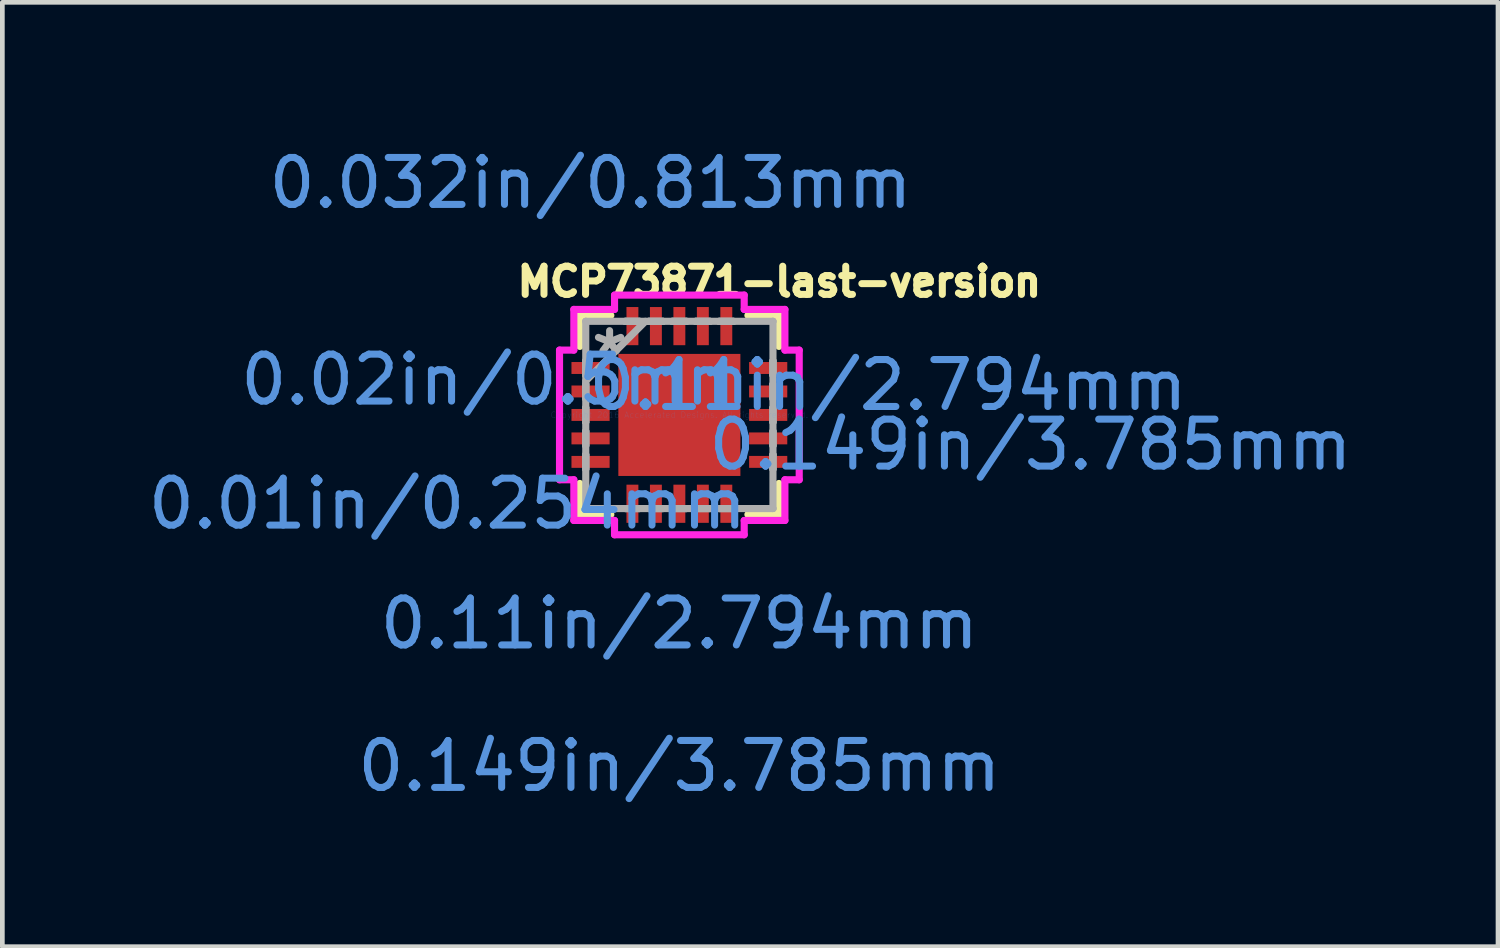
<source format=kicad_pcb>
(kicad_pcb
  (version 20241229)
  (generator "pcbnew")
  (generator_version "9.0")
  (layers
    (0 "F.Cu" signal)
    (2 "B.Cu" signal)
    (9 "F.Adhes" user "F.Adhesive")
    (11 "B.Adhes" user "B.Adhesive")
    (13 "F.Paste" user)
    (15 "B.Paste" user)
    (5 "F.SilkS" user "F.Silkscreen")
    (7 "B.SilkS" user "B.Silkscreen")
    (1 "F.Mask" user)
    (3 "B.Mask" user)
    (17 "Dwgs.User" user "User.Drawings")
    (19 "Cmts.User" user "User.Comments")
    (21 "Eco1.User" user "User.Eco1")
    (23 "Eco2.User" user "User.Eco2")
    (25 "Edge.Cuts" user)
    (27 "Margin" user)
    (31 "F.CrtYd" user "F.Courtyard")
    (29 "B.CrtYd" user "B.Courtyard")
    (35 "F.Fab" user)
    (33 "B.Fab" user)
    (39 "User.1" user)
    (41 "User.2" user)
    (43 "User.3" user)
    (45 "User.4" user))
  (footprint "MCP73871-last-version"
    (layer "F.Cu")
    (at 11.422 5.789)
    (property "Reference" "MCP73871-last-version" (at 2.13 -2.838 180) (layer "F.SilkS") (effects (font (size 0.6 0.6) (thickness 0.15))))
    (attr through_hole)
    (fp_line (start -2.121 -2.121) (end -2.121 -1.46) (stroke (width 0.152) (type solid)) (layer "F.SilkS"))
    (fp_line (start -2.121 1.46) (end -2.121 2.121) (stroke (width 0.152) (type solid)) (layer "F.SilkS"))
    (fp_line (start -2.121 2.121) (end -1.46 2.121) (stroke (width 0.152) (type solid)) (layer "F.SilkS"))
    (fp_line (start -1.46 -2.121) (end -2.121 -2.121) (stroke (width 0.152) (type solid)) (layer "F.SilkS"))
    (fp_line (start 1.46 2.121) (end 2.121 2.121) (stroke (width 0.152) (type solid)) (layer "F.SilkS"))
    (fp_line (start 2.121 -2.121) (end 1.46 -2.121) (stroke (width 0.152) (type solid)) (layer "F.SilkS"))
    (fp_line (start 2.121 -1.46) (end 2.121 -2.121) (stroke (width 0.152) (type solid)) (layer "F.SilkS"))
    (fp_line (start 2.121 2.121) (end 2.121 1.46) (stroke (width 0.152) (type solid)) (layer "F.SilkS"))
    (fp_line (start -2.553 -1.381) (end -2.248 -1.381) (stroke (width 0.152) (type solid)) (layer "F.CrtYd"))
    (fp_line (start -2.553 1.381) (end -2.553 -1.381) (stroke (width 0.152) (type solid)) (layer "F.CrtYd"))
    (fp_line (start -2.248 -2.248) (end -1.381 -2.248) (stroke (width 0.152) (type solid)) (layer "F.CrtYd"))
    (fp_line (start -2.248 -1.381) (end -2.248 -2.248) (stroke (width 0.152) (type solid)) (layer "F.CrtYd"))
    (fp_line (start -2.248 1.381) (end -2.553 1.381) (stroke (width 0.152) (type solid)) (layer "F.CrtYd"))
    (fp_line (start -2.248 2.248) (end -2.248 1.381) (stroke (width 0.152) (type solid)) (layer "F.CrtYd"))
    (fp_line (start -1.381 -2.553) (end 1.381 -2.553) (stroke (width 0.152) (type solid)) (layer "F.CrtYd"))
    (fp_line (start -1.381 -2.248) (end -1.381 -2.553) (stroke (width 0.152) (type solid)) (layer "F.CrtYd"))
    (fp_line (start -1.381 2.248) (end -2.248 2.248) (stroke (width 0.152) (type solid)) (layer "F.CrtYd"))
    (fp_line (start -1.381 2.553) (end -1.381 2.248) (stroke (width 0.152) (type solid)) (layer "F.CrtYd"))
    (fp_line (start 1.381 -2.553) (end 1.381 -2.248) (stroke (width 0.152) (type solid)) (layer "F.CrtYd"))
    (fp_line (start 1.381 -2.248) (end 2.248 -2.248) (stroke (width 0.152) (type solid)) (layer "F.CrtYd"))
    (fp_line (start 1.381 2.248) (end 1.381 2.553) (stroke (width 0.152) (type solid)) (layer "F.CrtYd"))
    (fp_line (start 1.381 2.553) (end -1.381 2.553) (stroke (width 0.152) (type solid)) (layer "F.CrtYd"))
    (fp_line (start 2.248 -2.248) (end 2.248 -1.381) (stroke (width 0.152) (type solid)) (layer "F.CrtYd"))
    (fp_line (start 2.248 -1.381) (end 2.553 -1.381) (stroke (width 0.152) (type solid)) (layer "F.CrtYd"))
    (fp_line (start 2.248 1.381) (end 2.248 2.248) (stroke (width 0.152) (type solid)) (layer "F.CrtYd"))
    (fp_line (start 2.248 2.248) (end 1.381 2.248) (stroke (width 0.152) (type solid)) (layer "F.CrtYd"))
    (fp_line (start 2.553 -1.381) (end 2.553 1.381) (stroke (width 0.152) (type solid)) (layer "F.CrtYd"))
    (fp_line (start 2.553 1.381) (end 2.248 1.381) (stroke (width 0.152) (type solid)) (layer "F.CrtYd"))
    (fp_line (start -1.994 -1.994) (end -1.994 -1.994) (stroke (width 0.152) (type solid)) (layer "F.Fab"))
    (fp_line (start -1.994 -1.994) (end -1.994 1.994) (stroke (width 0.152) (type solid)) (layer "F.Fab"))
    (fp_line (start -1.994 -1.152) (end -1.994 -1.152) (stroke (width 0.152) (type solid)) (layer "F.Fab"))
    (fp_line (start -1.994 -1.152) (end -1.994 -0.848) (stroke (width 0.152) (type solid)) (layer "F.Fab"))
    (fp_line (start -1.994 -0.848) (end -1.994 -1.152) (stroke (width 0.152) (type solid)) (layer "F.Fab"))
    (fp_line (start -1.994 -0.848) (end -1.994 -0.848) (stroke (width 0.152) (type solid)) (layer "F.Fab"))
    (fp_line (start -1.994 -0.724) (end -0.724 -1.994) (stroke (width 0.152) (type solid)) (layer "F.Fab"))
    (fp_line (start -1.994 -0.652) (end -1.994 -0.652) (stroke (width 0.152) (type solid)) (layer "F.Fab"))
    (fp_line (start -1.994 -0.652) (end -1.994 -0.348) (stroke (width 0.152) (type solid)) (layer "F.Fab"))
    (fp_line (start -1.994 -0.348) (end -1.994 -0.652) (stroke (width 0.152) (type solid)) (layer "F.Fab"))
    (fp_line (start -1.994 -0.348) (end -1.994 -0.348) (stroke (width 0.152) (type solid)) (layer "F.Fab"))
    (fp_line (start -1.994 -0.152) (end -1.994 -0.152) (stroke (width 0.152) (type solid)) (layer "F.Fab"))
    (fp_line (start -1.994 -0.152) (end -1.994 0.152) (stroke (width 0.152) (type solid)) (layer "F.Fab"))
    (fp_line (start -1.994 0.152) (end -1.994 -0.152) (stroke (width 0.152) (type solid)) (layer "F.Fab"))
    (fp_line (start -1.994 0.152) (end -1.994 0.152) (stroke (width 0.152) (type solid)) (layer "F.Fab"))
    (fp_line (start -1.994 0.348) (end -1.994 0.348) (stroke (width 0.152) (type solid)) (layer "F.Fab"))
    (fp_line (start -1.994 0.348) (end -1.994 0.652) (stroke (width 0.152) (type solid)) (layer "F.Fab"))
    (fp_line (start -1.994 0.652) (end -1.994 0.348) (stroke (width 0.152) (type solid)) (layer "F.Fab"))
    (fp_line (start -1.994 0.652) (end -1.994 0.652) (stroke (width 0.152) (type solid)) (layer "F.Fab"))
    (fp_line (start -1.994 0.848) (end -1.994 0.848) (stroke (width 0.152) (type solid)) (layer "F.Fab"))
    (fp_line (start -1.994 0.848) (end -1.994 1.152) (stroke (width 0.152) (type solid)) (layer "F.Fab"))
    (fp_line (start -1.994 1.152) (end -1.994 0.848) (stroke (width 0.152) (type solid)) (layer "F.Fab"))
    (fp_line (start -1.994 1.152) (end -1.994 1.152) (stroke (width 0.152) (type solid)) (layer "F.Fab"))
    (fp_line (start -1.994 1.994) (end -1.994 1.994) (stroke (width 0.152) (type solid)) (layer "F.Fab"))
    (fp_line (start -1.994 1.994) (end 1.994 1.994) (stroke (width 0.152) (type solid)) (layer "F.Fab"))
    (fp_line (start -1.152 -1.994) (end -1.152 -1.994) (stroke (width 0.152) (type solid)) (layer "F.Fab"))
    (fp_line (start -1.152 -1.994) (end -0.848 -1.994) (stroke (width 0.152) (type solid)) (layer "F.Fab"))
    (fp_line (start -1.152 1.994) (end -1.152 1.994) (stroke (width 0.152) (type solid)) (layer "F.Fab"))
    (fp_line (start -1.152 1.994) (end -0.848 1.994) (stroke (width 0.152) (type solid)) (layer "F.Fab"))
    (fp_line (start -0.848 -1.994) (end -1.152 -1.994) (stroke (width 0.152) (type solid)) (layer "F.Fab"))
    (fp_line (start -0.848 -1.994) (end -0.848 -1.994) (stroke (width 0.152) (type solid)) (layer "F.Fab"))
    (fp_line (start -0.848 1.994) (end -1.152 1.994) (stroke (width 0.152) (type solid)) (layer "F.Fab"))
    (fp_line (start -0.848 1.994) (end -0.848 1.994) (stroke (width 0.152) (type solid)) (layer "F.Fab"))
    (fp_line (start -0.652 -1.994) (end -0.652 -1.994) (stroke (width 0.152) (type solid)) (layer "F.Fab"))
    (fp_line (start -0.652 -1.994) (end -0.348 -1.994) (stroke (width 0.152) (type solid)) (layer "F.Fab"))
    (fp_line (start -0.652 1.994) (end -0.652 1.994) (stroke (width 0.152) (type solid)) (layer "F.Fab"))
    (fp_line (start -0.652 1.994) (end -0.348 1.994) (stroke (width 0.152) (type solid)) (layer "F.Fab"))
    (fp_line (start -0.348 -1.994) (end -0.652 -1.994) (stroke (width 0.152) (type solid)) (layer "F.Fab"))
    (fp_line (start -0.348 -1.994) (end -0.348 -1.994) (stroke (width 0.152) (type solid)) (layer "F.Fab"))
    (fp_line (start -0.348 1.994) (end -0.652 1.994) (stroke (width 0.152) (type solid)) (layer "F.Fab"))
    (fp_line (start -0.348 1.994) (end -0.348 1.994) (stroke (width 0.152) (type solid)) (layer "F.Fab"))
    (fp_line (start -0.152 -1.994) (end -0.152 -1.994) (stroke (width 0.152) (type solid)) (layer "F.Fab"))
    (fp_line (start -0.152 -1.994) (end 0.152 -1.994) (stroke (width 0.152) (type solid)) (layer "F.Fab"))
    (fp_line (start -0.152 1.994) (end -0.152 1.994) (stroke (width 0.152) (type solid)) (layer "F.Fab"))
    (fp_line (start -0.152 1.994) (end 0.152 1.994) (stroke (width 0.152) (type solid)) (layer "F.Fab"))
    (fp_line (start 0.152 -1.994) (end -0.152 -1.994) (stroke (width 0.152) (type solid)) (layer "F.Fab"))
    (fp_line (start 0.152 -1.994) (end 0.152 -1.994) (stroke (width 0.152) (type solid)) (layer "F.Fab"))
    (fp_line (start 0.152 1.994) (end -0.152 1.994) (stroke (width 0.152) (type solid)) (layer "F.Fab"))
    (fp_line (start 0.152 1.994) (end 0.152 1.994) (stroke (width 0.152) (type solid)) (layer "F.Fab"))
    (fp_line (start 0.348 -1.994) (end 0.348 -1.994) (stroke (width 0.152) (type solid)) (layer "F.Fab"))
    (fp_line (start 0.348 -1.994) (end 0.652 -1.994) (stroke (width 0.152) (type solid)) (layer "F.Fab"))
    (fp_line (start 0.348 1.994) (end 0.348 1.994) (stroke (width 0.152) (type solid)) (layer "F.Fab"))
    (fp_line (start 0.348 1.994) (end 0.652 1.994) (stroke (width 0.152) (type solid)) (layer "F.Fab"))
    (fp_line (start 0.652 -1.994) (end 0.348 -1.994) (stroke (width 0.152) (type solid)) (layer "F.Fab"))
    (fp_line (start 0.652 -1.994) (end 0.652 -1.994) (stroke (width 0.152) (type solid)) (layer "F.Fab"))
    (fp_line (start 0.652 1.994) (end 0.348 1.994) (stroke (width 0.152) (type solid)) (layer "F.Fab"))
    (fp_line (start 0.652 1.994) (end 0.652 1.994) (stroke (width 0.152) (type solid)) (layer "F.Fab"))
    (fp_line (start 0.848 -1.994) (end 0.848 -1.994) (stroke (width 0.152) (type solid)) (layer "F.Fab"))
    (fp_line (start 0.848 -1.994) (end 1.152 -1.994) (stroke (width 0.152) (type solid)) (layer "F.Fab"))
    (fp_line (start 0.848 1.994) (end 0.848 1.994) (stroke (width 0.152) (type solid)) (layer "F.Fab"))
    (fp_line (start 0.848 1.994) (end 1.152 1.994) (stroke (width 0.152) (type solid)) (layer "F.Fab"))
    (fp_line (start 1.152 -1.994) (end 0.848 -1.994) (stroke (width 0.152) (type solid)) (layer "F.Fab"))
    (fp_line (start 1.152 -1.994) (end 1.152 -1.994) (stroke (width 0.152) (type solid)) (layer "F.Fab"))
    (fp_line (start 1.152 1.994) (end 0.848 1.994) (stroke (width 0.152) (type solid)) (layer "F.Fab"))
    (fp_line (start 1.152 1.994) (end 1.152 1.994) (stroke (width 0.152) (type solid)) (layer "F.Fab"))
    (fp_line (start 1.994 -1.994) (end -1.994 -1.994) (stroke (width 0.152) (type solid)) (layer "F.Fab"))
    (fp_line (start 1.994 -1.994) (end 1.994 -1.994) (stroke (width 0.152) (type solid)) (layer "F.Fab"))
    (fp_line (start 1.994 -1.152) (end 1.994 -1.152) (stroke (width 0.152) (type solid)) (layer "F.Fab"))
    (fp_line (start 1.994 -1.152) (end 1.994 -0.848) (stroke (width 0.152) (type solid)) (layer "F.Fab"))
    (fp_line (start 1.994 -0.848) (end 1.994 -1.152) (stroke (width 0.152) (type solid)) (layer "F.Fab"))
    (fp_line (start 1.994 -0.848) (end 1.994 -0.848) (stroke (width 0.152) (type solid)) (layer "F.Fab"))
    (fp_line (start 1.994 -0.652) (end 1.994 -0.652) (stroke (width 0.152) (type solid)) (layer "F.Fab"))
    (fp_line (start 1.994 -0.652) (end 1.994 -0.348) (stroke (width 0.152) (type solid)) (layer "F.Fab"))
    (fp_line (start 1.994 -0.348) (end 1.994 -0.652) (stroke (width 0.152) (type solid)) (layer "F.Fab"))
    (fp_line (start 1.994 -0.348) (end 1.994 -0.348) (stroke (width 0.152) (type solid)) (layer "F.Fab"))
    (fp_line (start 1.994 -0.152) (end 1.994 -0.152) (stroke (width 0.152) (type solid)) (layer "F.Fab"))
    (fp_line (start 1.994 -0.152) (end 1.994 0.152) (stroke (width 0.152) (type solid)) (layer "F.Fab"))
    (fp_line (start 1.994 0.152) (end 1.994 -0.152) (stroke (width 0.152) (type solid)) (layer "F.Fab"))
    (fp_line (start 1.994 0.152) (end 1.994 0.152) (stroke (width 0.152) (type solid)) (layer "F.Fab"))
    (fp_line (start 1.994 0.348) (end 1.994 0.348) (stroke (width 0.152) (type solid)) (layer "F.Fab"))
    (fp_line (start 1.994 0.348) (end 1.994 0.652) (stroke (width 0.152) (type solid)) (layer "F.Fab"))
    (fp_line (start 1.994 0.652) (end 1.994 0.348) (stroke (width 0.152) (type solid)) (layer "F.Fab"))
    (fp_line (start 1.994 0.652) (end 1.994 0.652) (stroke (width 0.152) (type solid)) (layer "F.Fab"))
    (fp_line (start 1.994 0.848) (end 1.994 0.848) (stroke (width 0.152) (type solid)) (layer "F.Fab"))
    (fp_line (start 1.994 0.848) (end 1.994 1.152) (stroke (width 0.152) (type solid)) (layer "F.Fab"))
    (fp_line (start 1.994 1.152) (end 1.994 0.848) (stroke (width 0.152) (type solid)) (layer "F.Fab"))
    (fp_line (start 1.994 1.152) (end 1.994 1.152) (stroke (width 0.152) (type solid)) (layer "F.Fab"))
    (fp_line (start 1.994 1.994) (end 1.994 -1.994) (stroke (width 0.152) (type solid)) (layer "F.Fab"))
    (fp_line (start 1.994 1.994) (end 1.994 1.994) (stroke (width 0.152) (type solid)) (layer "F.Fab"))
    (fp_text user "0.02in/0.5mm" (at -3.924 -0.75 180) (layer "Cmts.User") (effects (font (size 1 1) (thickness 0.15))))
    (fp_text user "0.11in/2.794mm" (at 0 4.445 180) (layer "Cmts.User") (effects (font (size 1 1) (thickness 0.15))))
    (fp_text user "0.01in/0.254mm" (at -4.94 1.892 180) (layer "Cmts.User") (effects (font (size 1 1) (thickness 0.15))))
    (fp_text user "0.11in/2.794mm" (at 4.445 -0.635 180) (layer "Cmts.User") (effects (font (size 1 1) (thickness 0.15))))
    (fp_text user "0.032in/0.813mm" (at -1.892 -4.94 180) (layer "Cmts.User") (effects (font (size 1 1) (thickness 0.15))))
    (fp_text user "Copyright 2016 Accelerated Designs. All rights reserved." (at 0 0 180) (layer "Cmts.User") (effects (font (size 0.127 0.127) (thickness 0.002))))
    (fp_text user "0.149in/3.785mm" (at 0 7.48 180) (layer "Cmts.User") (effects (font (size 1 1) (thickness 0.15))))
    (fp_text user "0.149in/3.785mm" (at 7.48 0.635 180) (layer "Cmts.User") (effects (font (size 1 1) (thickness 0.15))))
    (fp_text user "*" (at -1.486 -1.25 180) (layer "F.Fab") (effects (font (size 1 1) (thickness 0.15))))
    (pad "1" smd rect (at -1.892 -1 90) (size 0.254 0.813) (layers "F.Cu" "F.Mask" "F.Paste"))
    (pad "2" smd rect (at -1.892 -0.5 90) (size 0.254 0.813) (layers "F.Cu" "F.Mask" "F.Paste"))
    (pad "3" smd rect (at -1.892 0 90) (size 0.254 0.813) (layers "F.Cu" "F.Mask" "F.Paste"))
    (pad "4" smd rect (at -1.892 0.5 90) (size 0.254 0.813) (layers "F.Cu" "F.Mask" "F.Paste"))
    (pad "5" smd rect (at -1.892 1 90) (size 0.254 0.813) (layers "F.Cu" "F.Mask" "F.Paste"))
    (pad "6" smd rect (at -1 1.892) (size 0.254 0.813) (layers "F.Cu" "F.Mask" "F.Paste"))
    (pad "7" smd rect (at -0.5 1.892) (size 0.254 0.813) (layers "F.Cu" "F.Mask" "F.Paste"))
    (pad "8" smd rect (at 0 1.892) (size 0.254 0.813) (layers "F.Cu" "F.Mask" "F.Paste"))
    (pad "9" smd rect (at 0.5 1.892) (size 0.254 0.813) (layers "F.Cu" "F.Mask" "F.Paste"))
    (pad "10" smd rect (at 1 1.892) (size 0.254 0.813) (layers "F.Cu" "F.Mask" "F.Paste"))
    (pad "11" smd rect (at 1.892 1 90) (size 0.254 0.813) (layers "F.Cu" "F.Mask" "F.Paste"))
    (pad "12" smd rect (at 1.892 0.5 90) (size 0.254 0.813) (layers "F.Cu" "F.Mask" "F.Paste"))
    (pad "13" smd rect (at 1.892 0 90) (size 0.254 0.813) (layers "F.Cu" "F.Mask" "F.Paste"))
    (pad "14" smd rect (at 1.892 -0.5 90) (size 0.254 0.813) (layers "F.Cu" "F.Mask" "F.Paste"))
    (pad "15" smd rect (at 1.892 -1 90) (size 0.254 0.813) (layers "F.Cu" "F.Mask" "F.Paste"))
    (pad "16" smd rect (at 1 -1.892) (size 0.254 0.813) (layers "F.Cu" "F.Mask" "F.Paste"))
    (pad "17" smd rect (at 0.5 -1.892) (size 0.254 0.813) (layers "F.Cu" "F.Mask" "F.Paste"))
    (pad "18" smd rect (at 0 -1.892) (size 0.254 0.813) (layers "F.Cu" "F.Mask" "F.Paste"))
    (pad "19" smd rect (at -0.5 -1.892) (size 0.254 0.813) (layers "F.Cu" "F.Mask" "F.Paste"))
    (pad "20" smd rect (at -1 -1.892) (size 0.254 0.813) (layers "F.Cu" "F.Mask" "F.Paste"))
    (pad "21" smd rect (at 0 0) (size 2.6 2.6) (layers "F.Cu" "F.Mask" "F.Paste")))
  (gr_rect
    (start -3 -3)
    (end 28.861 17.117)
    (stroke (width 0.1) (type default))
    (fill no)
    (layer "Edge.Cuts")))
</source>
